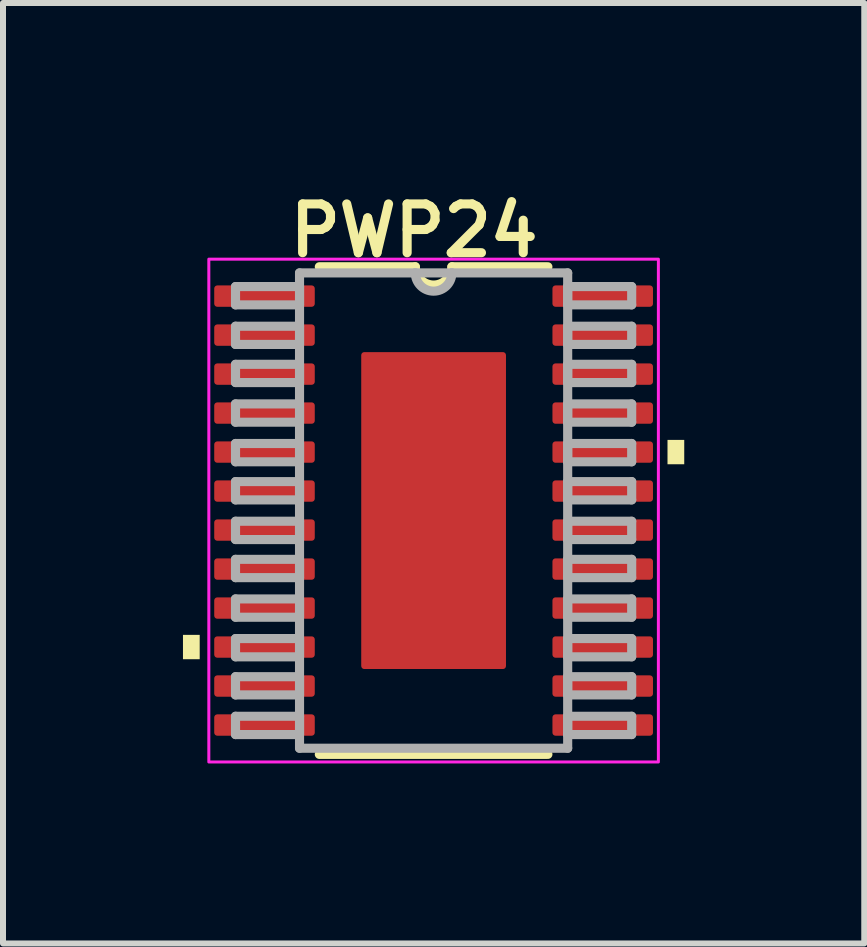
<source format=kicad_pcb>
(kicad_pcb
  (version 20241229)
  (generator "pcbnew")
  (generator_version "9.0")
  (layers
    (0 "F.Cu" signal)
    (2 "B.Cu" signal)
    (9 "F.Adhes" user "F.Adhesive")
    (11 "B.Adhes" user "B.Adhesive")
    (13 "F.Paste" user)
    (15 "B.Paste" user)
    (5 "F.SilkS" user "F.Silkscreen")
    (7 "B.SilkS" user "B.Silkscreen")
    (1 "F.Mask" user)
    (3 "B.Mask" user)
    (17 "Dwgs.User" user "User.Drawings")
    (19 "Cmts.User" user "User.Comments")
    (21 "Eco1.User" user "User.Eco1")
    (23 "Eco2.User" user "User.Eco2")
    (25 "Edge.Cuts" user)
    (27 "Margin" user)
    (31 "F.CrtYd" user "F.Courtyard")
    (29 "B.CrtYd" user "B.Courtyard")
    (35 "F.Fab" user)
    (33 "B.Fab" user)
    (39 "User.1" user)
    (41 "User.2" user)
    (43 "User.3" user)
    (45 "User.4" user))
  (footprint "PWP24"
    (layer "F.Cu")
    (at 4.178 5.461)
    (property "Reference" "PWP24" (at -2.477 -4.191 0) (layer "F.SilkS") (effects (font (size 0.813 0.813) (thickness 0.152) (bold yes)) (justify left bottom)))
    (attr smd)
    (fp_line (start -1.905 4.064) (end 1.905 4.064) (stroke (width 0.152) (type solid)) (layer "F.SilkS"))
    (fp_line (start -0.305 -4.064) (end -1.905 -4.064) (stroke (width 0.152) (type solid)) (layer "F.SilkS"))
    (fp_line (start 1.905 -4.064) (end 0.305 -4.064) (stroke (width 0.152) (type solid)) (layer "F.SilkS"))
    (fp_arc (start 0.3048 -4.064) (mid 0 -3.7592) (end -0.3048 -4.064) (stroke (width 0.1524) (type solid)) (layer "F.SilkS"))
    (fp_poly (pts (xy -3.899 2.478) (xy -4.178 2.478) (xy -4.178 2.072) (xy -3.899 2.072)) (stroke (width 0) (type default)) (fill yes) (layer "F.SilkS"))
    (fp_poly (pts (xy 4.178 -0.772) (xy 3.899 -0.772) (xy 3.899 -1.178) (xy 4.178 -1.178)) (stroke (width 0) (type default)) (fill yes) (layer "F.SilkS"))
    (fp_poly (pts (xy 1.119 -1.408) (xy -1.119 -1.408) (xy -1.119 -2.554) (xy 1.119 -2.554)) (stroke (width 0) (type default)) (fill yes) (layer "F.Paste"))
    (fp_poly (pts (xy 1.119 -0.087) (xy -1.119 -0.087) (xy -1.119 -1.234) (xy 1.119 -1.234)) (stroke (width 0) (type default)) (fill yes) (layer "F.Paste"))
    (fp_poly (pts (xy 1.119 1.234) (xy -1.119 1.234) (xy -1.119 0.087) (xy 1.119 0.087)) (stroke (width 0) (type default)) (fill yes) (layer "F.Paste"))
    (fp_poly (pts (xy 1.119 2.554) (xy -1.119 2.554) (xy -1.119 1.408) (xy 1.119 1.408)) (stroke (width 0) (type default)) (fill yes) (layer "F.Paste"))
    (fp_rect (start -3.747 -4.191) (end 3.747 4.191) (stroke (width 0.05) (type default)) (fill no) (layer "F.CrtYd"))
    (fp_line (start -3.302 -3.734) (end -3.302 -3.429) (stroke (width 0.152) (type solid)) (layer "F.Fab"))
    (fp_line (start -3.302 -3.429) (end -2.235 -3.429) (stroke (width 0.152) (type solid)) (layer "F.Fab"))
    (fp_line (start -3.302 -3.073) (end -3.302 -2.769) (stroke (width 0.152) (type solid)) (layer "F.Fab"))
    (fp_line (start -3.302 -2.769) (end -2.235 -2.769) (stroke (width 0.152) (type solid)) (layer "F.Fab"))
    (fp_line (start -3.302 -2.438) (end -3.302 -2.134) (stroke (width 0.152) (type solid)) (layer "F.Fab"))
    (fp_line (start -3.302 -2.134) (end -2.235 -2.134) (stroke (width 0.152) (type solid)) (layer "F.Fab"))
    (fp_line (start -3.302 -1.778) (end -3.302 -1.473) (stroke (width 0.152) (type solid)) (layer "F.Fab"))
    (fp_line (start -3.302 -1.473) (end -2.235 -1.473) (stroke (width 0.152) (type solid)) (layer "F.Fab"))
    (fp_line (start -3.302 -1.118) (end -3.302 -0.813) (stroke (width 0.152) (type solid)) (layer "F.Fab"))
    (fp_line (start -3.302 -0.813) (end -2.235 -0.813) (stroke (width 0.152) (type solid)) (layer "F.Fab"))
    (fp_line (start -3.302 -0.483) (end -3.302 -0.178) (stroke (width 0.152) (type solid)) (layer "F.Fab"))
    (fp_line (start -3.302 -0.178) (end -2.235 -0.178) (stroke (width 0.152) (type solid)) (layer "F.Fab"))
    (fp_line (start -3.302 0.178) (end -3.302 0.483) (stroke (width 0.152) (type solid)) (layer "F.Fab"))
    (fp_line (start -3.302 0.483) (end -2.235 0.483) (stroke (width 0.152) (type solid)) (layer "F.Fab"))
    (fp_line (start -3.302 0.813) (end -3.302 1.118) (stroke (width 0.152) (type solid)) (layer "F.Fab"))
    (fp_line (start -3.302 1.118) (end -2.235 1.118) (stroke (width 0.152) (type solid)) (layer "F.Fab"))
    (fp_line (start -3.302 1.473) (end -3.302 1.778) (stroke (width 0.152) (type solid)) (layer "F.Fab"))
    (fp_line (start -3.302 1.778) (end -2.235 1.778) (stroke (width 0.152) (type solid)) (layer "F.Fab"))
    (fp_line (start -3.302 2.134) (end -3.302 2.438) (stroke (width 0.152) (type solid)) (layer "F.Fab"))
    (fp_line (start -3.302 2.438) (end -2.235 2.438) (stroke (width 0.152) (type solid)) (layer "F.Fab"))
    (fp_line (start -3.302 2.769) (end -3.302 3.073) (stroke (width 0.152) (type solid)) (layer "F.Fab"))
    (fp_line (start -3.302 3.073) (end -2.235 3.073) (stroke (width 0.152) (type solid)) (layer "F.Fab"))
    (fp_line (start -3.302 3.429) (end -3.302 3.734) (stroke (width 0.152) (type solid)) (layer "F.Fab"))
    (fp_line (start -3.302 3.734) (end -2.235 3.734) (stroke (width 0.152) (type solid)) (layer "F.Fab"))
    (fp_line (start -2.235 -3.962) (end -2.235 3.962) (stroke (width 0.152) (type solid)) (layer "F.Fab"))
    (fp_line (start -2.235 -3.734) (end -3.302 -3.734) (stroke (width 0.152) (type solid)) (layer "F.Fab"))
    (fp_line (start -2.235 -3.429) (end -2.235 -3.734) (stroke (width 0.152) (type solid)) (layer "F.Fab"))
    (fp_line (start -2.235 -3.073) (end -3.302 -3.073) (stroke (width 0.152) (type solid)) (layer "F.Fab"))
    (fp_line (start -2.235 -2.769) (end -2.235 -3.073) (stroke (width 0.152) (type solid)) (layer "F.Fab"))
    (fp_line (start -2.235 -2.438) (end -3.302 -2.438) (stroke (width 0.152) (type solid)) (layer "F.Fab"))
    (fp_line (start -2.235 -2.134) (end -2.235 -2.438) (stroke (width 0.152) (type solid)) (layer "F.Fab"))
    (fp_line (start -2.235 -1.778) (end -3.302 -1.778) (stroke (width 0.152) (type solid)) (layer "F.Fab"))
    (fp_line (start -2.235 -1.473) (end -2.235 -1.778) (stroke (width 0.152) (type solid)) (layer "F.Fab"))
    (fp_line (start -2.235 -1.118) (end -3.302 -1.118) (stroke (width 0.152) (type solid)) (layer "F.Fab"))
    (fp_line (start -2.235 -0.813) (end -2.235 -1.118) (stroke (width 0.152) (type solid)) (layer "F.Fab"))
    (fp_line (start -2.235 -0.483) (end -3.302 -0.483) (stroke (width 0.152) (type solid)) (layer "F.Fab"))
    (fp_line (start -2.235 -0.178) (end -2.235 -0.483) (stroke (width 0.152) (type solid)) (layer "F.Fab"))
    (fp_line (start -2.235 0.178) (end -3.302 0.178) (stroke (width 0.152) (type solid)) (layer "F.Fab"))
    (fp_line (start -2.235 0.483) (end -2.235 0.178) (stroke (width 0.152) (type solid)) (layer "F.Fab"))
    (fp_line (start -2.235 0.813) (end -3.302 0.813) (stroke (width 0.152) (type solid)) (layer "F.Fab"))
    (fp_line (start -2.235 1.118) (end -2.235 0.813) (stroke (width 0.152) (type solid)) (layer "F.Fab"))
    (fp_line (start -2.235 1.473) (end -3.302 1.473) (stroke (width 0.152) (type solid)) (layer "F.Fab"))
    (fp_line (start -2.235 1.778) (end -2.235 1.473) (stroke (width 0.152) (type solid)) (layer "F.Fab"))
    (fp_line (start -2.235 2.134) (end -3.302 2.134) (stroke (width 0.152) (type solid)) (layer "F.Fab"))
    (fp_line (start -2.235 2.438) (end -2.235 2.134) (stroke (width 0.152) (type solid)) (layer "F.Fab"))
    (fp_line (start -2.235 2.769) (end -3.302 2.769) (stroke (width 0.152) (type solid)) (layer "F.Fab"))
    (fp_line (start -2.235 3.073) (end -2.235 2.769) (stroke (width 0.152) (type solid)) (layer "F.Fab"))
    (fp_line (start -2.235 3.429) (end -3.302 3.429) (stroke (width 0.152) (type solid)) (layer "F.Fab"))
    (fp_line (start -2.235 3.734) (end -2.235 3.429) (stroke (width 0.152) (type solid)) (layer "F.Fab"))
    (fp_line (start -2.235 3.962) (end 2.235 3.962) (stroke (width 0.152) (type solid)) (layer "F.Fab"))
    (fp_line (start -0.305 -3.962) (end -2.235 -3.962) (stroke (width 0.152) (type solid)) (layer "F.Fab"))
    (fp_line (start 0.305 -3.962) (end -0.305 -3.962) (stroke (width 0.152) (type solid)) (layer "F.Fab"))
    (fp_line (start 2.235 -3.962) (end 0.305 -3.962) (stroke (width 0.152) (type solid)) (layer "F.Fab"))
    (fp_line (start 2.235 -3.734) (end 2.235 -3.429) (stroke (width 0.152) (type solid)) (layer "F.Fab"))
    (fp_line (start 2.235 -3.429) (end 3.302 -3.429) (stroke (width 0.152) (type solid)) (layer "F.Fab"))
    (fp_line (start 2.235 -3.073) (end 2.235 -2.769) (stroke (width 0.152) (type solid)) (layer "F.Fab"))
    (fp_line (start 2.235 -2.769) (end 3.302 -2.769) (stroke (width 0.152) (type solid)) (layer "F.Fab"))
    (fp_line (start 2.235 -2.438) (end 2.235 -2.134) (stroke (width 0.152) (type solid)) (layer "F.Fab"))
    (fp_line (start 2.235 -2.134) (end 3.302 -2.134) (stroke (width 0.152) (type solid)) (layer "F.Fab"))
    (fp_line (start 2.235 -1.778) (end 2.235 -1.473) (stroke (width 0.152) (type solid)) (layer "F.Fab"))
    (fp_line (start 2.235 -1.473) (end 3.302 -1.473) (stroke (width 0.152) (type solid)) (layer "F.Fab"))
    (fp_line (start 2.235 -1.118) (end 2.235 -0.813) (stroke (width 0.152) (type solid)) (layer "F.Fab"))
    (fp_line (start 2.235 -0.813) (end 3.302 -0.813) (stroke (width 0.152) (type solid)) (layer "F.Fab"))
    (fp_line (start 2.235 -0.483) (end 2.235 -0.178) (stroke (width 0.152) (type solid)) (layer "F.Fab"))
    (fp_line (start 2.235 -0.178) (end 3.302 -0.178) (stroke (width 0.152) (type solid)) (layer "F.Fab"))
    (fp_line (start 2.235 0.178) (end 2.235 0.483) (stroke (width 0.152) (type solid)) (layer "F.Fab"))
    (fp_line (start 2.235 0.483) (end 3.302 0.483) (stroke (width 0.152) (type solid)) (layer "F.Fab"))
    (fp_line (start 2.235 0.813) (end 2.235 1.118) (stroke (width 0.152) (type solid)) (layer "F.Fab"))
    (fp_line (start 2.235 1.118) (end 3.302 1.118) (stroke (width 0.152) (type solid)) (layer "F.Fab"))
    (fp_line (start 2.235 1.473) (end 2.235 1.778) (stroke (width 0.152) (type solid)) (layer "F.Fab"))
    (fp_line (start 2.235 1.778) (end 3.302 1.778) (stroke (width 0.152) (type solid)) (layer "F.Fab"))
    (fp_line (start 2.235 2.134) (end 2.235 2.438) (stroke (width 0.152) (type solid)) (layer "F.Fab"))
    (fp_line (start 2.235 2.438) (end 3.302 2.438) (stroke (width 0.152) (type solid)) (layer "F.Fab"))
    (fp_line (start 2.235 2.769) (end 2.235 3.073) (stroke (width 0.152) (type solid)) (layer "F.Fab"))
    (fp_line (start 2.235 3.073) (end 3.302 3.073) (stroke (width 0.152) (type solid)) (layer "F.Fab"))
    (fp_line (start 2.235 3.429) (end 2.235 3.734) (stroke (width 0.152) (type solid)) (layer "F.Fab"))
    (fp_line (start 2.235 3.734) (end 3.302 3.734) (stroke (width 0.152) (type solid)) (layer "F.Fab"))
    (fp_line (start 2.235 3.962) (end 2.235 -3.962) (stroke (width 0.152) (type solid)) (layer "F.Fab"))
    (fp_line (start 3.302 -3.734) (end 2.235 -3.734) (stroke (width 0.152) (type solid)) (layer "F.Fab"))
    (fp_line (start 3.302 -3.429) (end 3.302 -3.734) (stroke (width 0.152) (type solid)) (layer "F.Fab"))
    (fp_line (start 3.302 -3.073) (end 2.235 -3.073) (stroke (width 0.152) (type solid)) (layer "F.Fab"))
    (fp_line (start 3.302 -2.769) (end 3.302 -3.073) (stroke (width 0.152) (type solid)) (layer "F.Fab"))
    (fp_line (start 3.302 -2.438) (end 2.235 -2.438) (stroke (width 0.152) (type solid)) (layer "F.Fab"))
    (fp_line (start 3.302 -2.134) (end 3.302 -2.438) (stroke (width 0.152) (type solid)) (layer "F.Fab"))
    (fp_line (start 3.302 -1.778) (end 2.235 -1.778) (stroke (width 0.152) (type solid)) (layer "F.Fab"))
    (fp_line (start 3.302 -1.473) (end 3.302 -1.778) (stroke (width 0.152) (type solid)) (layer "F.Fab"))
    (fp_line (start 3.302 -1.118) (end 2.235 -1.118) (stroke (width 0.152) (type solid)) (layer "F.Fab"))
    (fp_line (start 3.302 -0.813) (end 3.302 -1.118) (stroke (width 0.152) (type solid)) (layer "F.Fab"))
    (fp_line (start 3.302 -0.483) (end 2.235 -0.483) (stroke (width 0.152) (type solid)) (layer "F.Fab"))
    (fp_line (start 3.302 -0.178) (end 3.302 -0.483) (stroke (width 0.152) (type solid)) (layer "F.Fab"))
    (fp_line (start 3.302 0.178) (end 2.235 0.178) (stroke (width 0.152) (type solid)) (layer "F.Fab"))
    (fp_line (start 3.302 0.483) (end 3.302 0.178) (stroke (width 0.152) (type solid)) (layer "F.Fab"))
    (fp_line (start 3.302 0.813) (end 2.235 0.813) (stroke (width 0.152) (type solid)) (layer "F.Fab"))
    (fp_line (start 3.302 1.118) (end 3.302 0.813) (stroke (width 0.152) (type solid)) (layer "F.Fab"))
    (fp_line (start 3.302 1.473) (end 2.235 1.473) (stroke (width 0.152) (type solid)) (layer "F.Fab"))
    (fp_line (start 3.302 1.778) (end 3.302 1.473) (stroke (width 0.152) (type solid)) (layer "F.Fab"))
    (fp_line (start 3.302 2.134) (end 2.235 2.134) (stroke (width 0.152) (type solid)) (layer "F.Fab"))
    (fp_line (start 3.302 2.438) (end 3.302 2.134) (stroke (width 0.152) (type solid)) (layer "F.Fab"))
    (fp_line (start 3.302 2.769) (end 2.235 2.769) (stroke (width 0.152) (type solid)) (layer "F.Fab"))
    (fp_line (start 3.302 3.073) (end 3.302 2.769) (stroke (width 0.152) (type solid)) (layer "F.Fab"))
    (fp_line (start 3.302 3.429) (end 2.235 3.429) (stroke (width 0.152) (type solid)) (layer "F.Fab"))
    (fp_line (start 3.302 3.734) (end 3.302 3.429) (stroke (width 0.152) (type solid)) (layer "F.Fab"))
    (fp_arc (start 0.3048 -3.9624) (mid 0 -3.6576) (end -0.3048 -3.9624) (stroke (width 0.1524) (type solid)) (layer "F.Fab"))
    (pad "1" smd roundrect (at -2.819 -3.575) (size 1.676 0.356) (layers "F.Cu" "F.Mask" "F.Paste") (roundrect_rratio 0.143))
    (pad "2" smd roundrect (at -2.819 -2.925) (size 1.676 0.356) (layers "F.Cu" "F.Mask" "F.Paste") (roundrect_rratio 0.143))
    (pad "3" smd roundrect (at -2.819 -2.275) (size 1.676 0.356) (layers "F.Cu" "F.Mask" "F.Paste") (roundrect_rratio 0.143))
    (pad "4" smd roundrect (at -2.819 -1.625) (size 1.676 0.356) (layers "F.Cu" "F.Mask" "F.Paste") (roundrect_rratio 0.143))
    (pad "5" smd roundrect (at -2.819 -0.975) (size 1.676 0.356) (layers "F.Cu" "F.Mask" "F.Paste") (roundrect_rratio 0.143))
    (pad "6" smd roundrect (at -2.819 -0.325) (size 1.676 0.356) (layers "F.Cu" "F.Mask" "F.Paste") (roundrect_rratio 0.143))
    (pad "7" smd roundrect (at -2.819 0.325) (size 1.676 0.356) (layers "F.Cu" "F.Mask" "F.Paste") (roundrect_rratio 0.143))
    (pad "8" smd roundrect (at -2.819 0.975) (size 1.676 0.356) (layers "F.Cu" "F.Mask" "F.Paste") (roundrect_rratio 0.143))
    (pad "9" smd roundrect (at -2.819 1.625) (size 1.676 0.356) (layers "F.Cu" "F.Mask" "F.Paste") (roundrect_rratio 0.143))
    (pad "10" smd roundrect (at -2.819 2.275) (size 1.676 0.356) (layers "F.Cu" "F.Mask" "F.Paste") (roundrect_rratio 0.143))
    (pad "11" smd roundrect (at -2.819 2.925) (size 1.676 0.356) (layers "F.Cu" "F.Mask" "F.Paste") (roundrect_rratio 0.143))
    (pad "12" smd roundrect (at -2.819 3.575) (size 1.676 0.356) (layers "F.Cu" "F.Mask" "F.Paste") (roundrect_rratio 0.143))
    (pad "13" smd roundrect (at 2.819 3.575) (size 1.676 0.356) (layers "F.Cu" "F.Mask" "F.Paste") (roundrect_rratio 0.143))
    (pad "14" smd roundrect (at 2.819 2.925) (size 1.676 0.356) (layers "F.Cu" "F.Mask" "F.Paste") (roundrect_rratio 0.143))
    (pad "15" smd roundrect (at 2.819 2.275) (size 1.676 0.356) (layers "F.Cu" "F.Mask" "F.Paste") (roundrect_rratio 0.143))
    (pad "16" smd roundrect (at 2.819 1.625) (size 1.676 0.356) (layers "F.Cu" "F.Mask" "F.Paste") (roundrect_rratio 0.143))
    (pad "17" smd roundrect (at 2.819 0.975) (size 1.676 0.356) (layers "F.Cu" "F.Mask" "F.Paste") (roundrect_rratio 0.143))
    (pad "18" smd roundrect (at 2.819 0.325) (size 1.676 0.356) (layers "F.Cu" "F.Mask" "F.Paste") (roundrect_rratio 0.143))
    (pad "19" smd roundrect (at 2.819 -0.325) (size 1.676 0.356) (layers "F.Cu" "F.Mask" "F.Paste") (roundrect_rratio 0.143))
    (pad "20" smd roundrect (at 2.819 -0.975) (size 1.676 0.356) (layers "F.Cu" "F.Mask" "F.Paste") (roundrect_rratio 0.143))
    (pad "21" smd roundrect (at 2.819 -1.625) (size 1.676 0.356) (layers "F.Cu" "F.Mask" "F.Paste") (roundrect_rratio 0.143))
    (pad "22" smd roundrect (at 2.819 -2.275) (size 1.676 0.356) (layers "F.Cu" "F.Mask" "F.Paste") (roundrect_rratio 0.143))
    (pad "23" smd roundrect (at 2.819 -2.925) (size 1.676 0.356) (layers "F.Cu" "F.Mask" "F.Paste") (roundrect_rratio 0.143))
    (pad "24" smd roundrect (at 2.819 -3.575) (size 1.676 0.356) (layers "F.Cu" "F.Mask" "F.Paste") (roundrect_rratio 0.143))
    (pad "25" smd roundrect (at 0 0) (size 2.413 5.283) (layers "F.Cu" "F.Mask") (roundrect_rratio 0.021)))
  (gr_rect
    (start -3 -3)
    (end 11.357 12.677)
    (stroke (width 0.1) (type default))
    (fill no)
    (layer "Edge.Cuts")))
</source>
